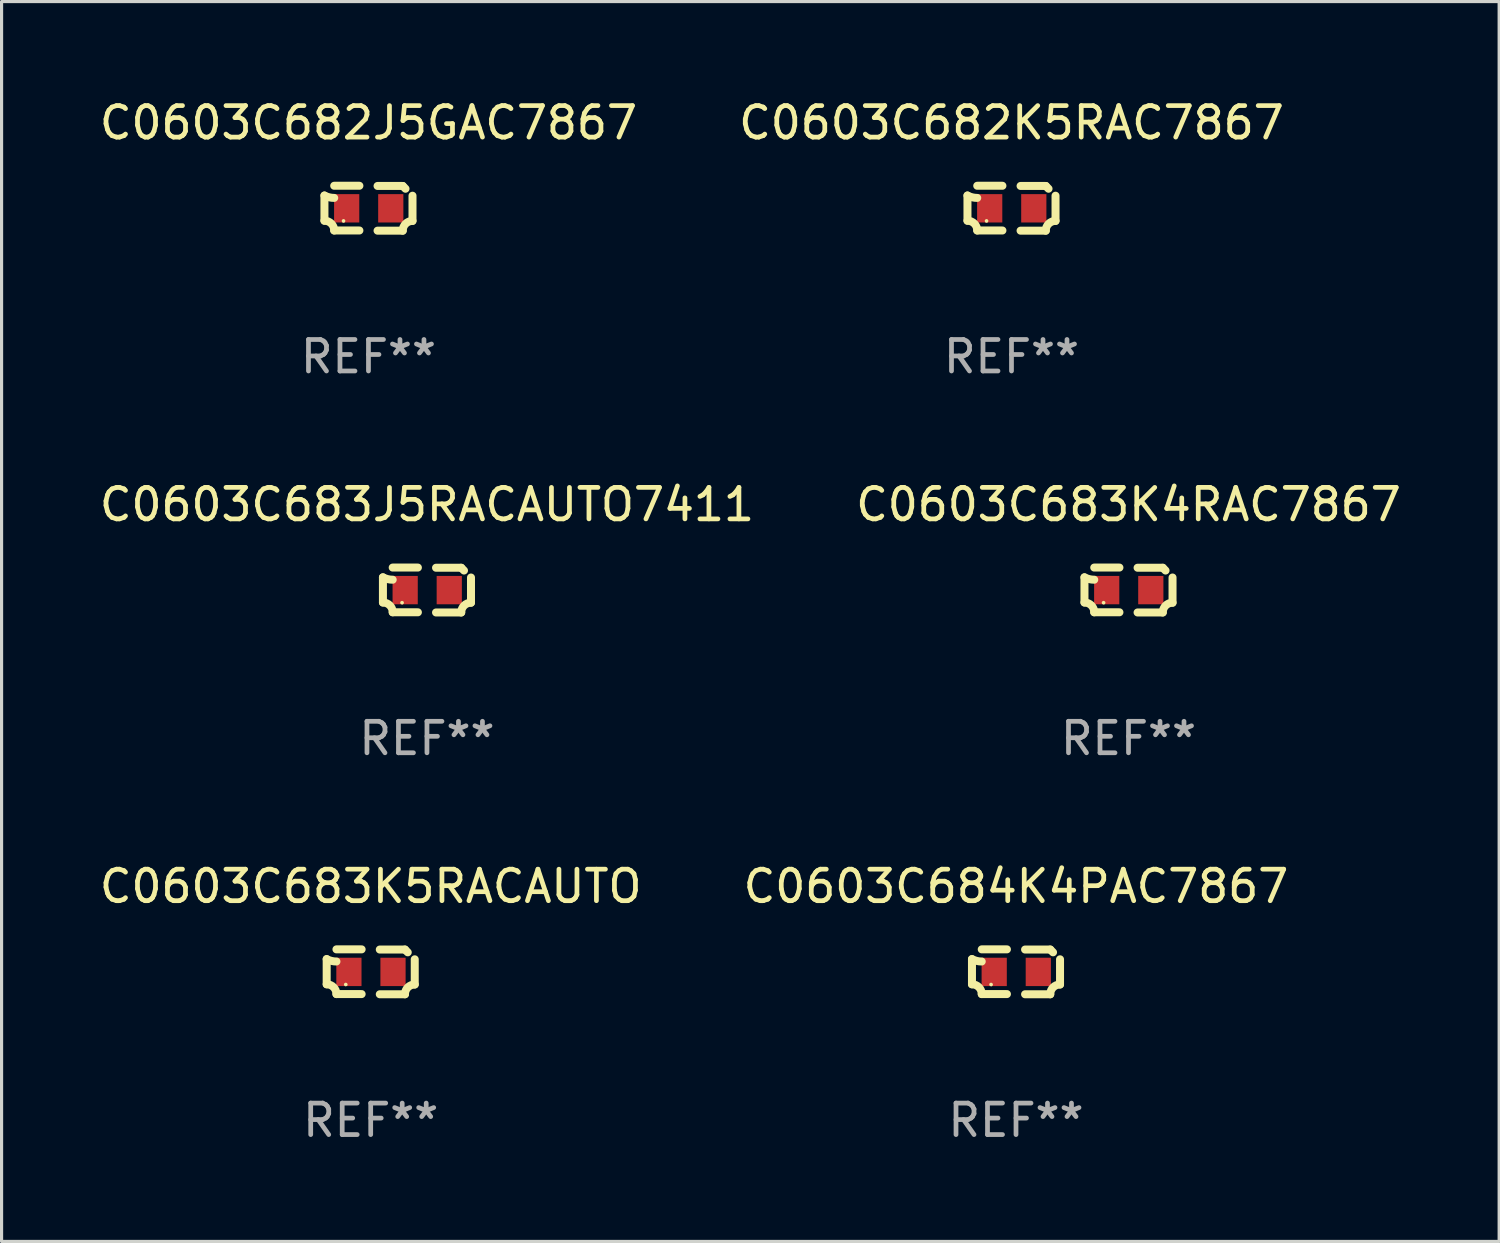
<source format=kicad_pcb>
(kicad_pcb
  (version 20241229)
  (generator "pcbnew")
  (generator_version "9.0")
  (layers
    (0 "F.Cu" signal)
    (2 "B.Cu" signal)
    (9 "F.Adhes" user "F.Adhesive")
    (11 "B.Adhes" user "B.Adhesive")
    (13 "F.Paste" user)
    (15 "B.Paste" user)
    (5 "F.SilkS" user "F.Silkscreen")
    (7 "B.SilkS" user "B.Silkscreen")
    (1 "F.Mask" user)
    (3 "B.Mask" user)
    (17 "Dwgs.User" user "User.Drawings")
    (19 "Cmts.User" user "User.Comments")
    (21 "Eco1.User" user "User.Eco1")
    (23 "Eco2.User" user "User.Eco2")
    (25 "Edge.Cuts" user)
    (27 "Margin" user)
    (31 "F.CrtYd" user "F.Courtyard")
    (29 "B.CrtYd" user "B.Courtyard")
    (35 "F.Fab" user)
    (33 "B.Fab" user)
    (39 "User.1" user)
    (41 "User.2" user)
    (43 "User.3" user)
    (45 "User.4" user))
  (footprint "C0603C684K4PAC7867"
    (layer "F.Cu")
    (at 29.208 27.805)
    (property "Reference" "C0603C684K4PAC7867" (at 0 -2.713 0) (layer "F.SilkS") (effects (font (size 1 1) (thickness 0.15))))
    (attr through_hole)
    (fp_line (start -1.398 -0.403) (end -1.398 0.397) (stroke (width 0.254) (type solid)) (layer "F.SilkS"))
    (fp_line (start -0.288 -0.713) (end -1.088 -0.713) (stroke (width 0.254) (type solid)) (layer "F.SilkS"))
    (fp_line (start -0.288 0.707) (end -1.088 0.707) (stroke (width 0.254) (type solid)) (layer "F.SilkS"))
    (fp_line (start 0.288 -0.707) (end 1.088 -0.707) (stroke (width 0.254) (type solid)) (layer "F.SilkS"))
    (fp_line (start 0.288 0.713) (end 1.088 0.713) (stroke (width 0.254) (type solid)) (layer "F.SilkS"))
    (fp_line (start 1.398 -0.397) (end 1.398 0.403) (stroke (width 0.254) (type solid)) (layer "F.SilkS"))
    (fp_arc (start -1.397789 0.397066) (mid -1.178701 0.487826) (end -1.08796 0.706922) (stroke (width 0.254001) (type solid)) (layer "F.SilkS"))
    (fp_arc (start -1.08796 -0.327176) (mid -1.247436 -0.346384) (end -1.39779 -0.402908) (stroke (width 0.254001) (type solid)) (layer "F.SilkS"))
    (fp_arc (start 1.087909 0.712738) (mid 1.178656 0.493655) (end 1.397739 0.402908) (stroke (width 0.254001) (type solid)) (layer "F.SilkS"))
    (fp_arc (start 1.175925 -0.618926) (mid 1.131917 -0.662923) (end 1.08791 -0.706922) (stroke (width 0.254001) (type solid)) (layer "F.SilkS"))
    (fp_circle (center -0.792 0.403) (end -0.762 0.403) (stroke (width 0.06) (type solid)) (fill no) (layer "F.SilkS"))
    (fp_text user "REF**" (at 0 4.713 0) (layer "F.Fab") (effects (font (size 1 1) (thickness 0.15))))
    (pad "1" smd rect (at -0.692 0.003) (size 0.8 0.9) (layers "F.Cu" "F.Mask" "F.Paste"))
    (pad "2" smd rect (at 0.708 0.003) (size 0.8 0.9) (layers "F.Cu" "F.Mask" "F.Paste")))
  (footprint "C0603C682J5GAC7867"
    (layer "F.Cu")
    (at 8.649 3.561)
    (property "Reference" "C0603C682J5GAC7867" (at 0 -2.713 0) (layer "F.SilkS") (effects (font (size 1 1) (thickness 0.15))))
    (attr through_hole)
    (fp_line (start -1.398 -0.403) (end -1.398 0.397) (stroke (width 0.254) (type solid)) (layer "F.SilkS"))
    (fp_line (start -0.288 -0.713) (end -1.088 -0.713) (stroke (width 0.254) (type solid)) (layer "F.SilkS"))
    (fp_line (start -0.288 0.707) (end -1.088 0.707) (stroke (width 0.254) (type solid)) (layer "F.SilkS"))
    (fp_line (start 0.288 -0.707) (end 1.088 -0.707) (stroke (width 0.254) (type solid)) (layer "F.SilkS"))
    (fp_line (start 0.288 0.713) (end 1.088 0.713) (stroke (width 0.254) (type solid)) (layer "F.SilkS"))
    (fp_line (start 1.398 -0.397) (end 1.398 0.403) (stroke (width 0.254) (type solid)) (layer "F.SilkS"))
    (fp_arc (start -1.397789 0.397066) (mid -1.178701 0.487826) (end -1.08796 0.706922) (stroke (width 0.254001) (type solid)) (layer "F.SilkS"))
    (fp_arc (start -1.08796 -0.327176) (mid -1.247436 -0.346384) (end -1.39779 -0.402908) (stroke (width 0.254001) (type solid)) (layer "F.SilkS"))
    (fp_arc (start 1.087909 0.712738) (mid 1.178656 0.493655) (end 1.397739 0.402908) (stroke (width 0.254001) (type solid)) (layer "F.SilkS"))
    (fp_arc (start 1.175925 -0.618926) (mid 1.131917 -0.662923) (end 1.08791 -0.706922) (stroke (width 0.254001) (type solid)) (layer "F.SilkS"))
    (fp_circle (center -0.792 0.403) (end -0.762 0.403) (stroke (width 0.06) (type solid)) (fill no) (layer "F.SilkS"))
    (fp_text user "REF**" (at 0 4.713 0) (layer "F.Fab") (effects (font (size 1 1) (thickness 0.15))))
    (pad "1" smd rect (at -0.692 0.003) (size 0.8 0.9) (layers "F.Cu" "F.Mask" "F.Paste"))
    (pad "2" smd rect (at 0.708 0.003) (size 0.8 0.9) (layers "F.Cu" "F.Mask" "F.Paste")))
  (footprint "C0603C683K4RAC7867"
    (layer "F.Cu")
    (at 32.78 15.683)
    (property "Reference" "C0603C683K4RAC7867" (at 0 -2.713 0) (layer "F.SilkS") (effects (font (size 1 1) (thickness 0.15))))
    (attr through_hole)
    (fp_line (start -1.398 -0.403) (end -1.398 0.397) (stroke (width 0.254) (type solid)) (layer "F.SilkS"))
    (fp_line (start -0.288 -0.713) (end -1.088 -0.713) (stroke (width 0.254) (type solid)) (layer "F.SilkS"))
    (fp_line (start -0.288 0.707) (end -1.088 0.707) (stroke (width 0.254) (type solid)) (layer "F.SilkS"))
    (fp_line (start 0.288 -0.707) (end 1.088 -0.707) (stroke (width 0.254) (type solid)) (layer "F.SilkS"))
    (fp_line (start 0.288 0.713) (end 1.088 0.713) (stroke (width 0.254) (type solid)) (layer "F.SilkS"))
    (fp_line (start 1.398 -0.397) (end 1.398 0.403) (stroke (width 0.254) (type solid)) (layer "F.SilkS"))
    (fp_arc (start -1.397789 0.397066) (mid -1.178701 0.487826) (end -1.08796 0.706922) (stroke (width 0.254001) (type solid)) (layer "F.SilkS"))
    (fp_arc (start -1.08796 -0.327176) (mid -1.247436 -0.346384) (end -1.39779 -0.402908) (stroke (width 0.254001) (type solid)) (layer "F.SilkS"))
    (fp_arc (start 1.087909 0.712738) (mid 1.178656 0.493655) (end 1.397739 0.402908) (stroke (width 0.254001) (type solid)) (layer "F.SilkS"))
    (fp_arc (start 1.175925 -0.618926) (mid 1.131917 -0.662923) (end 1.08791 -0.706922) (stroke (width 0.254001) (type solid)) (layer "F.SilkS"))
    (fp_circle (center -0.792 0.403) (end -0.762 0.403) (stroke (width 0.06) (type solid)) (fill no) (layer "F.SilkS"))
    (fp_text user "REF**" (at 0 4.713 0) (layer "F.Fab") (effects (font (size 1 1) (thickness 0.15))))
    (pad "1" smd rect (at -0.692 0.003) (size 0.8 0.9) (layers "F.Cu" "F.Mask" "F.Paste"))
    (pad "2" smd rect (at 0.708 0.003) (size 0.8 0.9) (layers "F.Cu" "F.Mask" "F.Paste")))
  (footprint "C0603C683J5RACAUTO7411"
    (layer "F.Cu")
    (at 10.506 15.683)
    (property "Reference" "C0603C683J5RACAUTO7411" (at 0 -2.713 0) (layer "F.SilkS") (effects (font (size 1 1) (thickness 0.15))))
    (attr through_hole)
    (fp_line (start -1.398 -0.403) (end -1.398 0.397) (stroke (width 0.254) (type solid)) (layer "F.SilkS"))
    (fp_line (start -0.288 -0.713) (end -1.088 -0.713) (stroke (width 0.254) (type solid)) (layer "F.SilkS"))
    (fp_line (start -0.288 0.707) (end -1.088 0.707) (stroke (width 0.254) (type solid)) (layer "F.SilkS"))
    (fp_line (start 0.288 -0.707) (end 1.088 -0.707) (stroke (width 0.254) (type solid)) (layer "F.SilkS"))
    (fp_line (start 0.288 0.713) (end 1.088 0.713) (stroke (width 0.254) (type solid)) (layer "F.SilkS"))
    (fp_line (start 1.398 -0.397) (end 1.398 0.403) (stroke (width 0.254) (type solid)) (layer "F.SilkS"))
    (fp_arc (start -1.397789 0.397066) (mid -1.178701 0.487826) (end -1.08796 0.706922) (stroke (width 0.254001) (type solid)) (layer "F.SilkS"))
    (fp_arc (start -1.08796 -0.327176) (mid -1.247436 -0.346384) (end -1.39779 -0.402908) (stroke (width 0.254001) (type solid)) (layer "F.SilkS"))
    (fp_arc (start 1.087909 0.712738) (mid 1.178656 0.493655) (end 1.397739 0.402908) (stroke (width 0.254001) (type solid)) (layer "F.SilkS"))
    (fp_arc (start 1.175925 -0.618926) (mid 1.131917 -0.662923) (end 1.08791 -0.706922) (stroke (width 0.254001) (type solid)) (layer "F.SilkS"))
    (fp_circle (center -0.792 0.403) (end -0.762 0.403) (stroke (width 0.06) (type solid)) (fill no) (layer "F.SilkS"))
    (fp_text user "REF**" (at 0 4.713 0) (layer "F.Fab") (effects (font (size 1 1) (thickness 0.15))))
    (pad "1" smd rect (at -0.692 0.003) (size 0.8 0.9) (layers "F.Cu" "F.Mask" "F.Paste"))
    (pad "2" smd rect (at 0.708 0.003) (size 0.8 0.9) (layers "F.Cu" "F.Mask" "F.Paste")))
  (footprint "C0603C683K5RACAUTO"
    (layer "F.Cu")
    (at 8.72 27.805)
    (property "Reference" "C0603C683K5RACAUTO" (at 0 -2.713 0) (layer "F.SilkS") (effects (font (size 1 1) (thickness 0.15))))
    (attr through_hole)
    (fp_line (start -1.398 -0.403) (end -1.398 0.397) (stroke (width 0.254) (type solid)) (layer "F.SilkS"))
    (fp_line (start -0.288 -0.713) (end -1.088 -0.713) (stroke (width 0.254) (type solid)) (layer "F.SilkS"))
    (fp_line (start -0.288 0.707) (end -1.088 0.707) (stroke (width 0.254) (type solid)) (layer "F.SilkS"))
    (fp_line (start 0.288 -0.707) (end 1.088 -0.707) (stroke (width 0.254) (type solid)) (layer "F.SilkS"))
    (fp_line (start 0.288 0.713) (end 1.088 0.713) (stroke (width 0.254) (type solid)) (layer "F.SilkS"))
    (fp_line (start 1.398 -0.397) (end 1.398 0.403) (stroke (width 0.254) (type solid)) (layer "F.SilkS"))
    (fp_arc (start -1.397789 0.397066) (mid -1.178701 0.487826) (end -1.08796 0.706922) (stroke (width 0.254001) (type solid)) (layer "F.SilkS"))
    (fp_arc (start -1.08796 -0.327176) (mid -1.247436 -0.346384) (end -1.39779 -0.402908) (stroke (width 0.254001) (type solid)) (layer "F.SilkS"))
    (fp_arc (start 1.087909 0.712738) (mid 1.178656 0.493655) (end 1.397739 0.402908) (stroke (width 0.254001) (type solid)) (layer "F.SilkS"))
    (fp_arc (start 1.175925 -0.618926) (mid 1.131917 -0.662923) (end 1.08791 -0.706922) (stroke (width 0.254001) (type solid)) (layer "F.SilkS"))
    (fp_circle (center -0.792 0.403) (end -0.762 0.403) (stroke (width 0.06) (type solid)) (fill no) (layer "F.SilkS"))
    (fp_text user "REF**" (at 0 4.713 0) (layer "F.Fab") (effects (font (size 1 1) (thickness 0.15))))
    (pad "1" smd rect (at -0.692 0.003) (size 0.8 0.9) (layers "F.Cu" "F.Mask" "F.Paste"))
    (pad "2" smd rect (at 0.708 0.003) (size 0.8 0.9) (layers "F.Cu" "F.Mask" "F.Paste")))
  (footprint "C0603C682K5RAC7867"
    (layer "F.Cu")
    (at 29.065 3.561)
    (property "Reference" "C0603C682K5RAC7867" (at 0 -2.713 0) (layer "F.SilkS") (effects (font (size 1 1) (thickness 0.15))))
    (attr through_hole)
    (fp_line (start -1.398 -0.403) (end -1.398 0.397) (stroke (width 0.254) (type solid)) (layer "F.SilkS"))
    (fp_line (start -0.288 -0.713) (end -1.088 -0.713) (stroke (width 0.254) (type solid)) (layer "F.SilkS"))
    (fp_line (start -0.288 0.707) (end -1.088 0.707) (stroke (width 0.254) (type solid)) (layer "F.SilkS"))
    (fp_line (start 0.288 -0.707) (end 1.088 -0.707) (stroke (width 0.254) (type solid)) (layer "F.SilkS"))
    (fp_line (start 0.288 0.713) (end 1.088 0.713) (stroke (width 0.254) (type solid)) (layer "F.SilkS"))
    (fp_line (start 1.398 -0.397) (end 1.398 0.403) (stroke (width 0.254) (type solid)) (layer "F.SilkS"))
    (fp_arc (start -1.397789 0.397066) (mid -1.178701 0.487826) (end -1.08796 0.706922) (stroke (width 0.254001) (type solid)) (layer "F.SilkS"))
    (fp_arc (start -1.08796 -0.327176) (mid -1.247436 -0.346384) (end -1.39779 -0.402908) (stroke (width 0.254001) (type solid)) (layer "F.SilkS"))
    (fp_arc (start 1.087909 0.712738) (mid 1.178656 0.493655) (end 1.397739 0.402908) (stroke (width 0.254001) (type solid)) (layer "F.SilkS"))
    (fp_arc (start 1.175925 -0.618926) (mid 1.131917 -0.662923) (end 1.08791 -0.706922) (stroke (width 0.254001) (type solid)) (layer "F.SilkS"))
    (fp_circle (center -0.792 0.403) (end -0.762 0.403) (stroke (width 0.06) (type solid)) (fill no) (layer "F.SilkS"))
    (fp_text user "REF**" (at 0 4.713 0) (layer "F.Fab") (effects (font (size 1 1) (thickness 0.15))))
    (pad "1" smd rect (at -0.692 0.003) (size 0.8 0.9) (layers "F.Cu" "F.Mask" "F.Paste"))
    (pad "2" smd rect (at 0.708 0.003) (size 0.8 0.9) (layers "F.Cu" "F.Mask" "F.Paste")))
  (gr_rect
    (start -3 -3)
    (end 44.548 36.366)
    (stroke (width 0.1) (type default))
    (fill no)
    (layer "Edge.Cuts")))
</source>
